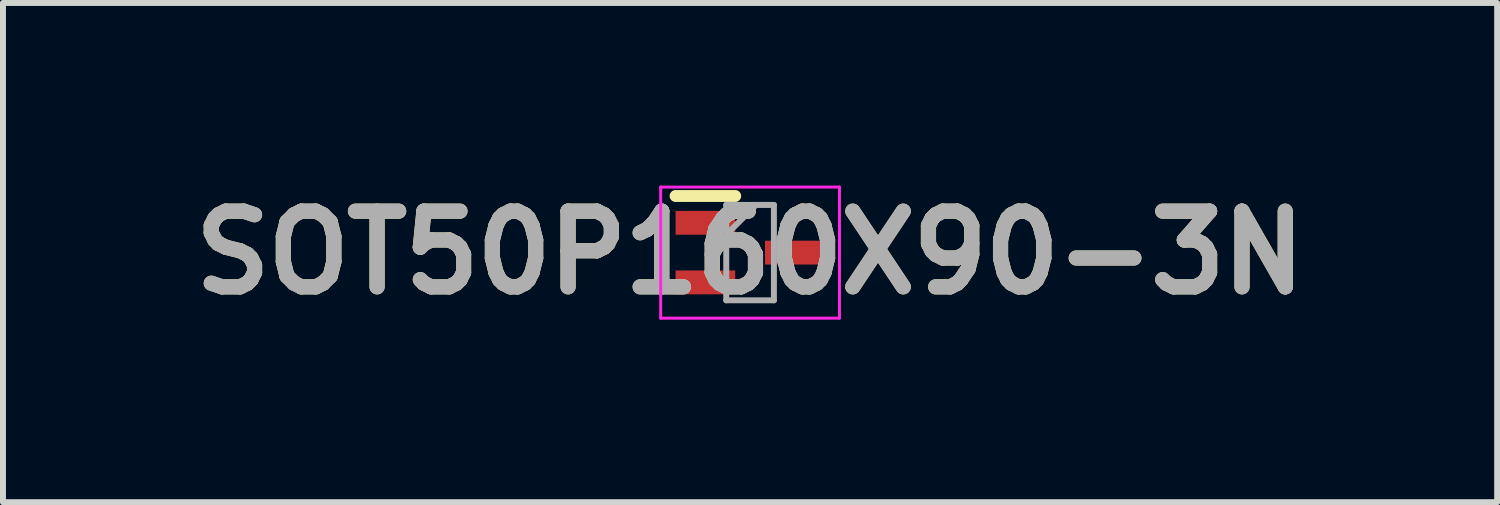
<source format=kicad_pcb>
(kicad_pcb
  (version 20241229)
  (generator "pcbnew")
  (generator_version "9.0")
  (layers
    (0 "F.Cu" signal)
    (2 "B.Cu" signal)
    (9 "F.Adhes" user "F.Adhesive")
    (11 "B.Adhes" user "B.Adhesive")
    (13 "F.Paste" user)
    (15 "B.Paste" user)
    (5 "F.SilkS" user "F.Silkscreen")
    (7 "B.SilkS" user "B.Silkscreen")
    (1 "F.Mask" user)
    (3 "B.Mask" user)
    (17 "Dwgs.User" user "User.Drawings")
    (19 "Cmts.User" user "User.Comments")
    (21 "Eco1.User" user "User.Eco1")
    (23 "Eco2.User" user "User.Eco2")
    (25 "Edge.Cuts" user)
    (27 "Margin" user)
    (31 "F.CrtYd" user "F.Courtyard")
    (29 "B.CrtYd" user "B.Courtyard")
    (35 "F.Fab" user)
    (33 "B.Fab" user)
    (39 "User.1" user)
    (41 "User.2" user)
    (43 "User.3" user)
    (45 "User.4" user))
  (footprint "SOT50P160X90-3N"
    (layer "F.Cu")
    (at 9.537 1.189)
    (property "Reference" "SOT50P160X90-3N" (at 0 0 0) (layer "F.SilkS") (effects (font (size 1.27 1.27) (thickness 0.254))))
    (attr smd)
    (fp_line (start -1.25 -0.95) (end -0.25 -0.95) (stroke (width 0.2) (type solid)) (layer "F.SilkS"))
    (fp_line (start -1.5 -1.1) (end 1.5 -1.1) (stroke (width 0.05) (type solid)) (layer "F.CrtYd"))
    (fp_line (start -1.5 1.1) (end -1.5 -1.1) (stroke (width 0.05) (type solid)) (layer "F.CrtYd"))
    (fp_line (start 1.5 -1.1) (end 1.5 1.1) (stroke (width 0.05) (type solid)) (layer "F.CrtYd"))
    (fp_line (start 1.5 1.1) (end -1.5 1.1) (stroke (width 0.05) (type solid)) (layer "F.CrtYd"))
    (fp_line (start -0.4 -0.8) (end 0.4 -0.8) (stroke (width 0.1) (type solid)) (layer "F.Fab"))
    (fp_line (start -0.4 -0.3) (end 0.1 -0.8) (stroke (width 0.1) (type solid)) (layer "F.Fab"))
    (fp_line (start -0.4 0.8) (end -0.4 -0.8) (stroke (width 0.1) (type solid)) (layer "F.Fab"))
    (fp_line (start 0.4 -0.8) (end 0.4 0.8) (stroke (width 0.1) (type solid)) (layer "F.Fab"))
    (fp_line (start 0.4 0.8) (end -0.4 0.8) (stroke (width 0.1) (type solid)) (layer "F.Fab"))
    (fp_text user "${REFERENCE}" (at 0 0 0) (layer "F.Fab") (effects (font (size 1.27 1.27) (thickness 0.254))))
    (pad "1" smd rect (at -0.75 -0.5 90) (size 0.4 1) (layers "F.Cu" "F.Mask" "F.Paste"))
    (pad "2" smd rect (at -0.75 0.5 90) (size 0.4 1) (layers "F.Cu" "F.Mask" "F.Paste"))
    (pad "3" smd rect (at 0.75 0 90) (size 0.4 1) (layers "F.Cu" "F.Mask" "F.Paste")))
  (gr_rect
    (start -3 -3)
    (end 22.074 5.377)
    (stroke (width 0.1) (type default))
    (fill no)
    (layer "Edge.Cuts")))
</source>
